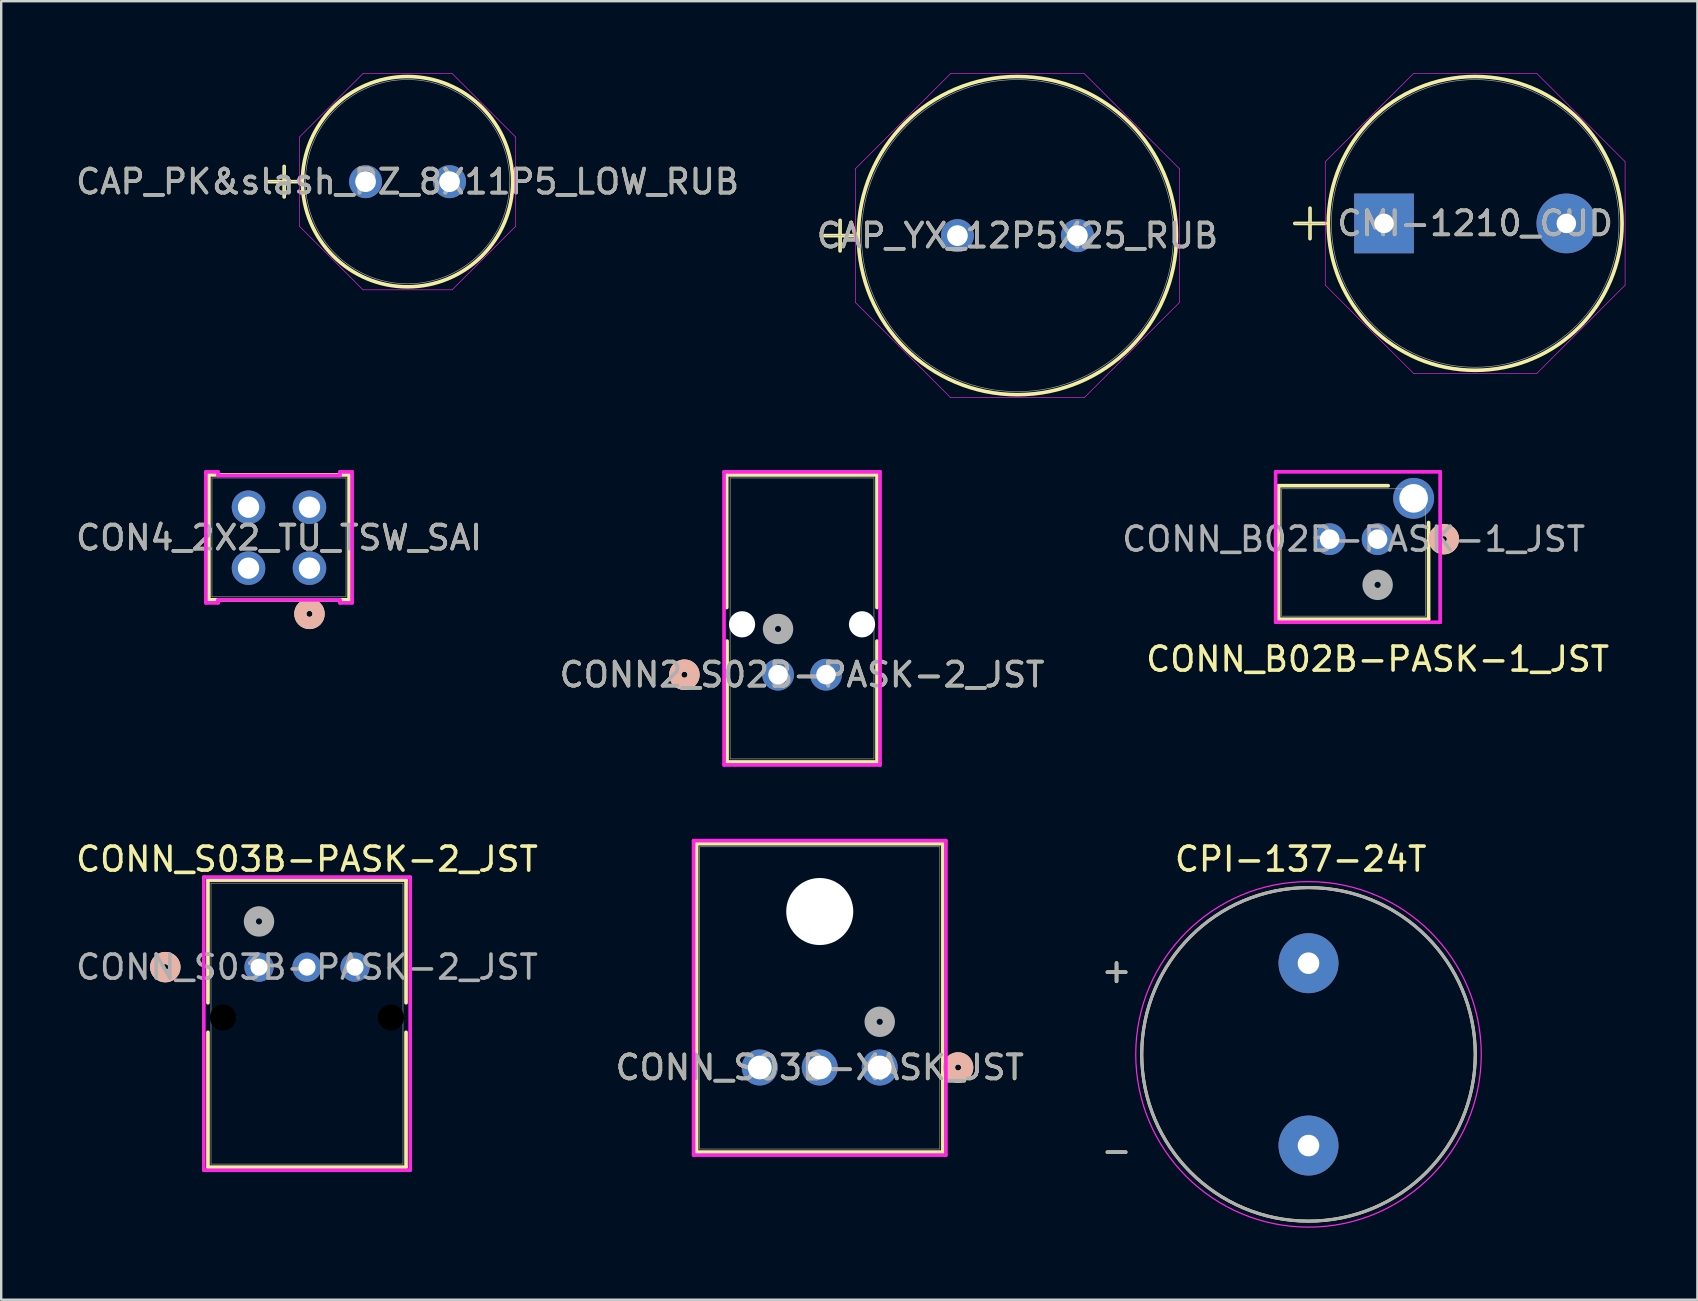
<source format=kicad_pcb>
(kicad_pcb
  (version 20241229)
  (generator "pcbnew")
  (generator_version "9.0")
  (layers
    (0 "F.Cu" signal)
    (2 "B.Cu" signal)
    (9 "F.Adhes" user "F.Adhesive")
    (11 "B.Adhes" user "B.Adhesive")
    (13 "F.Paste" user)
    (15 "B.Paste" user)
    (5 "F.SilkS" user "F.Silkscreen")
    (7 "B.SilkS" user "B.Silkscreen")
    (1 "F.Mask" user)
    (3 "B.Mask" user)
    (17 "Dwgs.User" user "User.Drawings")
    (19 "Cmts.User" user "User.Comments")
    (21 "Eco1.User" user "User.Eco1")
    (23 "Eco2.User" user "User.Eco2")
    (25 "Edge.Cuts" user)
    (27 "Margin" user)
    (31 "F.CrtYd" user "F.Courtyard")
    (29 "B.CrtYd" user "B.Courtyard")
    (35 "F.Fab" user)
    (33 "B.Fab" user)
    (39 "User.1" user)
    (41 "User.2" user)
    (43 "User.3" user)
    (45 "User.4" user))
  (footprint "CAP_PK&slash_PZ_8X11P5_LOW_RUB"
    (layer "F.Cu")
    (at 12.185 4.521)
    (property "Reference" "CAP_PK&slash_PZ_8X11P5_LOW_RUB" (at 1.75 0 0) (unlocked yes) (layer "F.SilkS") (effects (font (size 1 1) (thickness 0.15))))
    (attr through_hole)
    (fp_line (start -4.029 0) (end -2.759 0) (stroke (width 0.152) (type solid)) (layer "F.SilkS"))
    (fp_line (start -3.393 -0.635) (end -3.393 0.635) (stroke (width 0.152) (type solid)) (layer "F.SilkS"))
    (fp_circle (center 1.75 0) (end 6.131 0) (stroke (width 0.152) (type solid)) (fill no) (layer "F.SilkS"))
    (fp_line (start -2.759 -1.856) (end -0.106 -4.508) (stroke (width 0.025) (type solid)) (layer "F.CrtYd"))
    (fp_line (start -2.759 1.856) (end -2.759 -1.856) (stroke (width 0.025) (type solid)) (layer "F.CrtYd"))
    (fp_line (start -0.106 -4.508) (end 3.606 -4.508) (stroke (width 0.025) (type solid)) (layer "F.CrtYd"))
    (fp_line (start -0.106 4.508) (end -2.759 1.856) (stroke (width 0.025) (type solid)) (layer "F.CrtYd"))
    (fp_line (start 3.606 -4.508) (end 6.258 -1.856) (stroke (width 0.025) (type solid)) (layer "F.CrtYd"))
    (fp_line (start 3.606 4.508) (end -0.106 4.508) (stroke (width 0.025) (type solid)) (layer "F.CrtYd"))
    (fp_line (start 6.258 -1.856) (end 6.258 1.856) (stroke (width 0.025) (type solid)) (layer "F.CrtYd"))
    (fp_line (start 6.258 1.856) (end 3.606 4.508) (stroke (width 0.025) (type solid)) (layer "F.CrtYd"))
    (fp_line (start -4.029 0) (end -2.759 0) (stroke (width 0.025) (type solid)) (layer "F.Fab"))
    (fp_line (start -3.393 -0.635) (end -3.393 0.635) (stroke (width 0.025) (type solid)) (layer "F.Fab"))
    (fp_circle (center 1.75 0) (end 6.005 0) (stroke (width 0.025) (type solid)) (fill no) (layer "F.Fab"))
    (fp_text user "${REFERENCE}" (at 1.75 0 0) (unlocked yes) (layer "F.Fab") (effects (font (size 1 1) (thickness 0.15))))
    (pad "1" thru_hole circle (at 0 0) (size 1.372 1.372) (drill 0.864) (layers "*.Cu" "*.Mask"))
    (pad "2" thru_hole circle (at 3.5 0) (size 1.372 1.372) (drill 0.864) (layers "*.Cu" "*.Mask")))
  (footprint "CONN_S03B-XASK_JST"
    (layer "F.Cu")
    (at 33.613 41.438)
    (property "Reference" "CONN_S03B-XASK_JST" (at -2.5 0 0) (unlocked yes) (layer "F.SilkS") (effects (font (size 1 1) (thickness 0.15))))
    (attr through_hole)
    (fp_line (start -7.631 -9.327) (end -7.631 3.525) (stroke (width 0.152) (type solid)) (layer "F.SilkS"))
    (fp_line (start -7.631 3.525) (end 2.631 3.525) (stroke (width 0.152) (type solid)) (layer "F.SilkS"))
    (fp_line (start 2.631 -9.327) (end -7.631 -9.327) (stroke (width 0.152) (type solid)) (layer "F.SilkS"))
    (fp_line (start 2.631 3.525) (end 2.631 -9.327) (stroke (width 0.152) (type solid)) (layer "F.SilkS"))
    (fp_circle (center 3.266 0) (end 3.647 0) (stroke (width 0.508) (type solid)) (fill no) (layer "F.SilkS"))
    (fp_circle (center 3.266 0) (end 3.647 0) (stroke (width 0.508) (type solid)) (fill no) (layer "B.SilkS"))
    (fp_line (start -7.758 -9.454) (end -7.758 3.652) (stroke (width 0.152) (type solid)) (layer "F.CrtYd"))
    (fp_line (start -7.758 3.652) (end 2.758 3.652) (stroke (width 0.152) (type solid)) (layer "F.CrtYd"))
    (fp_line (start 2.758 -9.454) (end -7.758 -9.454) (stroke (width 0.152) (type solid)) (layer "F.CrtYd"))
    (fp_line (start 2.758 3.652) (end 2.758 -9.454) (stroke (width 0.152) (type solid)) (layer "F.CrtYd"))
    (fp_line (start -7.504 -9.2) (end -7.504 3.398) (stroke (width 0.025) (type solid)) (layer "F.Fab"))
    (fp_line (start -7.504 3.398) (end 2.504 3.398) (stroke (width 0.025) (type solid)) (layer "F.Fab"))
    (fp_line (start 2.504 -9.2) (end -7.504 -9.2) (stroke (width 0.025) (type solid)) (layer "F.Fab"))
    (fp_line (start 2.504 3.398) (end 2.504 -9.2) (stroke (width 0.025) (type solid)) (layer "F.Fab"))
    (fp_circle (center 0 -1.905) (end 0.381 -1.905) (stroke (width 0.508) (type solid)) (fill no) (layer "F.Fab"))
    (fp_text user "${REFERENCE}" (at -2.5 0 0) (unlocked yes) (layer "F.Fab") (effects (font (size 1 1) (thickness 0.15))))
    (pad "" np_thru_hole circle (at -2.5 -6.5) (size 2.794 2.794) (drill 2.794) (layers "*.Cu" "*.Mask"))
    (pad "1" thru_hole circle (at 0 0) (size 1.499 1.499) (drill 0.991) (layers "*.Cu" "*.Mask"))
    (pad "2" thru_hole circle (at -2.5 0) (size 1.499 1.499) (drill 0.991) (layers "*.Cu" "*.Mask"))
    (pad "3" thru_hole circle (at -5 0) (size 1.499 1.499) (drill 0.991) (layers "*.Cu" "*.Mask")))
  (footprint "CONN2_S02B-PASK-2_JST"
    (layer "F.Cu")
    (at 29.375 25.068)
    (property "Reference" "CONN2_S02B-PASK-2_JST" (at 1 0 0) (unlocked yes) (layer "F.SilkS") (effects (font (size 1 1) (thickness 0.15))))
    (attr through_hole)
    (fp_line (start -2.14 -8.327) (end -2.14 -2.8) (stroke (width 0.152) (type solid)) (layer "F.SilkS"))
    (fp_line (start -2.124 -1.4) (end -2.124 3.636) (stroke (width 0.152) (type solid)) (layer "F.SilkS"))
    (fp_line (start -2.124 3.636) (end 4.124 3.636) (stroke (width 0.152) (type solid)) (layer "F.SilkS"))
    (fp_line (start 4.124 -8.327) (end -2.124 -8.327) (stroke (width 0.152) (type solid)) (layer "F.SilkS"))
    (fp_line (start 4.124 -8.327) (end 4.124 -2.8) (stroke (width 0.152) (type solid)) (layer "F.SilkS"))
    (fp_line (start 4.124 -1.4) (end 4.124 3.636) (stroke (width 0.152) (type solid)) (layer "F.SilkS"))
    (fp_circle (center -3.902 0) (end -3.521 0) (stroke (width 0.508) (type solid)) (fill no) (layer "F.SilkS"))
    (fp_circle (center -3.902 0) (end -3.521 0) (stroke (width 0.508) (type solid)) (fill no) (layer "B.SilkS"))
    (fp_line (start -2.251 -8.454) (end -2.251 3.763) (stroke (width 0.152) (type solid)) (layer "F.CrtYd"))
    (fp_line (start -2.251 3.763) (end 4.251 3.763) (stroke (width 0.152) (type solid)) (layer "F.CrtYd"))
    (fp_line (start 4.251 -8.454) (end -2.251 -8.454) (stroke (width 0.152) (type solid)) (layer "F.CrtYd"))
    (fp_line (start 4.251 3.763) (end 4.251 -8.454) (stroke (width 0.152) (type solid)) (layer "F.CrtYd"))
    (fp_line (start -1.997 -8.2) (end -1.997 3.509) (stroke (width 0.025) (type solid)) (layer "F.Fab"))
    (fp_line (start -1.997 3.509) (end 3.997 3.509) (stroke (width 0.025) (type solid)) (layer "F.Fab"))
    (fp_line (start 3.997 -8.2) (end -1.997 -8.2) (stroke (width 0.025) (type solid)) (layer "F.Fab"))
    (fp_line (start 3.997 3.509) (end 3.997 -8.2) (stroke (width 0.025) (type solid)) (layer "F.Fab"))
    (fp_circle (center 0 -1.905) (end 0.381 -1.905) (stroke (width 0.508) (type solid)) (fill no) (layer "F.Fab"))
    (fp_text user "${REFERENCE}" (at 1 0 0) (unlocked yes) (layer "F.Fab") (effects (font (size 1 1) (thickness 0.15))))
    (pad "" np_thru_hole circle (at -1.5 -2.1) (size 1.092 1.092) (drill 1.092) (layers "*.Cu" "*.Mask"))
    (pad "" np_thru_hole circle (at 3.5 -2.1) (size 1.092 1.092) (drill 1.092) (layers "*.Cu" "*.Mask"))
    (pad "1" thru_hole circle (at 0 0) (size 1.321 1.321) (drill 0.813) (layers "*.Cu" "*.Mask"))
    (pad "2" thru_hole circle (at 2 0) (size 1.321 1.321) (drill 0.813) (layers "*.Cu" "*.Mask")))
  (footprint "CONN_B02B-PASK-1_JST"
    (layer "F.Cu")
    (at 54.363 19.419)
    (property "Reference" "CONN_B02B-PASK-1_JST" (at 0 5 0) (unlocked yes) (layer "F.SilkS") (effects (font (size 1 1) (thickness 0.15))))
    (attr through_hole)
    (fp_line (start -4.124 -2.227) (end -4.124 3.336) (stroke (width 0.152) (type solid)) (layer "F.SilkS"))
    (fp_line (start -4.124 3.336) (end 2.124 3.336) (stroke (width 0.152) (type solid)) (layer "F.SilkS"))
    (fp_line (start 0.44 -2.227) (end -4.124 -2.227) (stroke (width 0.152) (type solid)) (layer "F.SilkS"))
    (fp_line (start 2.124 3.336) (end 2.124 -0.694) (stroke (width 0.152) (type solid)) (layer "F.SilkS"))
    (fp_circle (center 2.759 0) (end 3.14 0) (stroke (width 0.508) (type solid)) (fill no) (layer "F.SilkS"))
    (fp_circle (center 2.759 0) (end 3.14 0) (stroke (width 0.508) (type solid)) (fill no) (layer "B.SilkS"))
    (fp_line (start -4.251 -2.805) (end -4.251 3.463) (stroke (width 0.152) (type solid)) (layer "F.CrtYd"))
    (fp_line (start -4.251 3.463) (end 2.605 3.463) (stroke (width 0.152) (type solid)) (layer "F.CrtYd"))
    (fp_line (start 2.605 -2.805) (end -4.251 -2.805) (stroke (width 0.152) (type solid)) (layer "F.CrtYd"))
    (fp_line (start 2.605 3.463) (end 2.605 -2.805) (stroke (width 0.152) (type solid)) (layer "F.CrtYd"))
    (fp_line (start -3.997 -2.1) (end -3.997 3.209) (stroke (width 0.025) (type solid)) (layer "F.Fab"))
    (fp_line (start -3.997 3.209) (end 1.997 3.209) (stroke (width 0.025) (type solid)) (layer "F.Fab"))
    (fp_line (start 1.997 -2.1) (end -3.997 -2.1) (stroke (width 0.025) (type solid)) (layer "F.Fab"))
    (fp_line (start 1.997 3.209) (end 1.997 -2.1) (stroke (width 0.025) (type solid)) (layer "F.Fab"))
    (fp_circle (center 0 1.905) (end 0.381 1.905) (stroke (width 0.508) (type solid)) (fill no) (layer "F.Fab"))
    (fp_text user "${REFERENCE}" (at -1 0 0) (unlocked yes) (layer "F.Fab") (effects (font (size 1 1) (thickness 0.15))))
    (pad "" np_thru_hole circle (at 1.5 -1.7) (size 1.702 1.702) (drill 1.194) (layers "*.Cu" "*.Mask"))
    (pad "1" thru_hole circle (at 0 0) (size 1.321 1.321) (drill 0.813) (layers "*.Cu" "*.Mask"))
    (pad "2" thru_hole circle (at -2 0) (size 1.321 1.321) (drill 0.813) (layers "*.Cu" "*.Mask")))
  (footprint "CAP_YX_12P5X25_RUB"
    (layer "F.Cu")
    (at 36.851 6.769)
    (property "Reference" "CAP_YX_12P5X25_RUB" (at 2.5 0 0) (unlocked yes) (layer "F.SilkS") (effects (font (size 1 1) (thickness 0.15))))
    (attr through_hole)
    (fp_line (start -5.526 0) (end -4.256 0) (stroke (width 0.152) (type solid)) (layer "F.SilkS"))
    (fp_line (start -4.891 -0.635) (end -4.891 0.635) (stroke (width 0.152) (type solid)) (layer "F.SilkS"))
    (fp_circle (center 2.5 0) (end 9.129 0) (stroke (width 0.152) (type solid)) (fill no) (layer "F.SilkS"))
    (fp_line (start -4.256 -2.782) (end -0.282 -6.756) (stroke (width 0.025) (type solid)) (layer "F.CrtYd"))
    (fp_line (start -4.256 2.782) (end -4.256 -2.782) (stroke (width 0.025) (type solid)) (layer "F.CrtYd"))
    (fp_line (start -0.282 -6.756) (end 5.282 -6.756) (stroke (width 0.025) (type solid)) (layer "F.CrtYd"))
    (fp_line (start -0.282 6.756) (end -4.256 2.782) (stroke (width 0.025) (type solid)) (layer "F.CrtYd"))
    (fp_line (start 5.282 -6.756) (end 9.256 -2.782) (stroke (width 0.025) (type solid)) (layer "F.CrtYd"))
    (fp_line (start 5.282 6.756) (end -0.282 6.756) (stroke (width 0.025) (type solid)) (layer "F.CrtYd"))
    (fp_line (start 9.256 -2.782) (end 9.256 2.782) (stroke (width 0.025) (type solid)) (layer "F.CrtYd"))
    (fp_line (start 9.256 2.782) (end 5.282 6.756) (stroke (width 0.025) (type solid)) (layer "F.CrtYd"))
    (fp_line (start -5.526 0) (end -4.256 0) (stroke (width 0.025) (type solid)) (layer "F.Fab"))
    (fp_line (start -4.891 -0.635) (end -4.891 0.635) (stroke (width 0.025) (type solid)) (layer "F.Fab"))
    (fp_circle (center 2.5 0) (end 9.002 0) (stroke (width 0.025) (type solid)) (fill no) (layer "F.Fab"))
    (fp_text user "${REFERENCE}" (at 2.5 0 0) (unlocked yes) (layer "F.Fab") (effects (font (size 1 1) (thickness 0.15))))
    (pad "1" thru_hole circle (at 0 0) (size 1.372 1.372) (drill 0.864) (layers "*.Cu" "*.Mask"))
    (pad "2" thru_hole circle (at 5 0) (size 1.372 1.372) (drill 0.864) (layers "*.Cu" "*.Mask")))
  (footprint "CMI-1210_CUD"
    (layer "F.Cu")
    (at 54.628 6.261)
    (property "Reference" "CMI-1210_CUD" (at 3.8 0 0) (unlocked yes) (layer "F.SilkS") (effects (font (size 1 1) (thickness 0.15))))
    (attr through_hole)
    (fp_line (start -3.718 0) (end -2.448 0) (stroke (width 0.152) (type solid)) (layer "F.SilkS"))
    (fp_line (start -3.083 -0.635) (end -3.083 0.635) (stroke (width 0.152) (type solid)) (layer "F.SilkS"))
    (fp_circle (center 3.8 0) (end 9.921 0) (stroke (width 0.152) (type solid)) (fill no) (layer "F.SilkS"))
    (fp_line (start -2.448 -2.573) (end 1.227 -6.248) (stroke (width 0.025) (type solid)) (layer "F.CrtYd"))
    (fp_line (start -2.448 2.573) (end -2.448 -2.573) (stroke (width 0.025) (type solid)) (layer "F.CrtYd"))
    (fp_line (start 1.227 -6.248) (end 6.373 -6.248) (stroke (width 0.025) (type solid)) (layer "F.CrtYd"))
    (fp_line (start 1.227 6.248) (end -2.448 2.573) (stroke (width 0.025) (type solid)) (layer "F.CrtYd"))
    (fp_line (start 6.373 -6.248) (end 10.048 -2.573) (stroke (width 0.025) (type solid)) (layer "F.CrtYd"))
    (fp_line (start 6.373 6.248) (end 1.227 6.248) (stroke (width 0.025) (type solid)) (layer "F.CrtYd"))
    (fp_line (start 10.048 -2.573) (end 10.048 2.573) (stroke (width 0.025) (type solid)) (layer "F.CrtYd"))
    (fp_line (start 10.048 2.573) (end 6.373 6.248) (stroke (width 0.025) (type solid)) (layer "F.CrtYd"))
    (fp_line (start -3.718 0) (end -2.448 0) (stroke (width 0.025) (type solid)) (layer "F.Fab"))
    (fp_line (start -3.083 -0.635) (end -3.083 0.635) (stroke (width 0.025) (type solid)) (layer "F.Fab"))
    (fp_circle (center 3.8 0) (end 9.794 0) (stroke (width 0.025) (type solid)) (fill no) (layer "F.Fab"))
    (fp_text user "${REFERENCE}" (at 3.8 0 0) (unlocked yes) (layer "F.Fab") (effects (font (size 1 1) (thickness 0.15))))
    (pad "1" thru_hole rect (at 0 0) (size 2.489 2.489) (drill 0.813) (layers "*.Cu" "*.Mask"))
    (pad "2" thru_hole circle (at 7.6 0) (size 2.489 2.489) (drill 0.813) (layers "*.Cu" "*.Mask")))
  (footprint "CON4_2X2_TU_TSW_SAI"
    (layer "F.Cu")
    (at 8.577 19.358)
    (property "Reference" "CON4_2X2_TU_TSW_SAI" (at 0 0 0) (unlocked yes) (layer "F.SilkS") (effects (font (size 1 1) (thickness 0.15))))
    (attr through_hole)
    (fp_line (start -2.921 -2.616) (end -2.921 2.591) (stroke (width 0.152) (type solid)) (layer "F.SilkS"))
    (fp_line (start -2.921 2.591) (end 2.921 2.591) (stroke (width 0.152) (type solid)) (layer "F.SilkS"))
    (fp_line (start 2.921 -2.616) (end -2.921 -2.616) (stroke (width 0.152) (type solid)) (layer "F.SilkS"))
    (fp_line (start 2.921 2.591) (end 2.921 -2.616) (stroke (width 0.152) (type solid)) (layer "F.SilkS"))
    (fp_circle (center 1.27 3.175) (end 1.651 3.175) (stroke (width 0.508) (type solid)) (fill no) (layer "F.SilkS"))
    (fp_circle (center 1.27 3.175) (end 1.651 3.175) (stroke (width 0.508) (type solid)) (fill no) (layer "B.SilkS"))
    (fp_line (start -3.048 -2.743) (end -3.048 2.718) (stroke (width 0.152) (type solid)) (layer "F.CrtYd"))
    (fp_line (start -3.048 2.718) (end -2.54 2.718) (stroke (width 0.152) (type solid)) (layer "F.CrtYd"))
    (fp_line (start -2.54 -2.743) (end -3.048 -2.743) (stroke (width 0.152) (type solid)) (layer "F.CrtYd"))
    (fp_line (start -2.54 -2.591) (end -2.54 -2.743) (stroke (width 0.152) (type solid)) (layer "F.CrtYd"))
    (fp_line (start -2.54 2.591) (end 2.54 2.591) (stroke (width 0.152) (type solid)) (layer "F.CrtYd"))
    (fp_line (start -2.54 2.718) (end -2.54 2.591) (stroke (width 0.152) (type solid)) (layer "F.CrtYd"))
    (fp_line (start 2.54 -2.743) (end 2.54 -2.591) (stroke (width 0.152) (type solid)) (layer "F.CrtYd"))
    (fp_line (start 2.54 -2.591) (end -2.54 -2.591) (stroke (width 0.152) (type solid)) (layer "F.CrtYd"))
    (fp_line (start 2.54 2.591) (end 2.54 2.718) (stroke (width 0.152) (type solid)) (layer "F.CrtYd"))
    (fp_line (start 2.54 2.718) (end 3.048 2.718) (stroke (width 0.152) (type solid)) (layer "F.CrtYd"))
    (fp_line (start 3.048 -2.743) (end 2.54 -2.743) (stroke (width 0.152) (type solid)) (layer "F.CrtYd"))
    (fp_line (start 3.048 2.718) (end 3.048 -2.743) (stroke (width 0.152) (type solid)) (layer "F.CrtYd"))
    (fp_line (start -2.794 -2.489) (end -2.794 2.464) (stroke (width 0.025) (type solid)) (layer "F.Fab"))
    (fp_line (start -2.794 2.464) (end 2.794 2.464) (stroke (width 0.025) (type solid)) (layer "F.Fab"))
    (fp_line (start 2.794 -2.489) (end -2.794 -2.489) (stroke (width 0.025) (type solid)) (layer "F.Fab"))
    (fp_line (start 2.794 2.464) (end 2.794 -2.489) (stroke (width 0.025) (type solid)) (layer "F.Fab"))
    (fp_circle (center 1.27 1.27) (end 1.524 1.27) (stroke (width 0.025) (type solid)) (fill no) (layer "F.Fab"))
    (fp_text user "${REFERENCE}" (at 0 0 0) (unlocked yes) (layer "F.Fab") (effects (font (size 1 1) (thickness 0.15))))
    (pad "1" thru_hole circle (at 1.27 1.27 90) (size 1.397 1.397) (drill 0.889) (layers "*.Cu" "*.Mask"))
    (pad "2" thru_hole circle (at 1.27 -1.27 90) (size 1.397 1.397) (drill 0.889) (layers "*.Cu" "*.Mask"))
    (pad "3" thru_hole circle (at -1.27 1.27 90) (size 1.397 1.397) (drill 0.889) (layers "*.Cu" "*.Mask"))
    (pad "4" thru_hole circle (at -1.27 -1.27 90) (size 1.397 1.397) (drill 0.889) (layers "*.Cu" "*.Mask")))
  (footprint "CPI-137-24T"
    (layer "F.Cu")
    (at 51.482 40.891)
    (property "Reference" "CPI-137-24T" (at -0.325 -8.135 0) (layer "F.SilkS") (effects (font (size 1 1) (thickness 0.15))))
    (attr through_hole)
    (fp_circle (center 0 0) (end 6.95 0) (stroke (width 0.127) (type solid)) (fill no) (layer "F.SilkS"))
    (fp_circle (center 0 0) (end 7.2 0) (stroke (width 0.05) (type solid)) (fill no) (layer "F.CrtYd"))
    (fp_circle (center 0 0) (end 6.95 0) (stroke (width 0.127) (type solid)) (fill no) (layer "F.Fab"))
    (fp_text user "+" (at -8 -3.5 0) (layer "F.SilkS") (effects (font (size 1 1) (thickness 0.15))))
    (fp_text user "-" (at -8 4 0) (layer "F.SilkS") (effects (font (size 1 1) (thickness 0.15))))
    (fp_text user "-" (at -8 4 0) (layer "F.Fab") (effects (font (size 1 1) (thickness 0.15))))
    (fp_text user "+" (at -8 -3.5 0) (layer "F.Fab") (effects (font (size 1 1) (thickness 0.15))))
    (pad "N" thru_hole circle (at 0 3.8) (size 2.5 2.5) (drill 0.9) (layers "*.Cu" "*.Mask"))
    (pad "P" thru_hole circle (at 0 -3.8) (size 2.5 2.5) (drill 0.9) (layers "*.Cu" "*.Mask")))
  (footprint "CONN_S03B-PASK-2_JST"
    (layer "F.Cu")
    (at 7.744 37.256)
    (property "Reference" "CONN_S03B-PASK-2_JST" (at 2 -4.5 0) (unlocked yes) (layer "F.SilkS") (effects (font (size 1 1) (thickness 0.15))))
    (attr through_hole)
    (fp_line (start -2.127 -3.627) (end -2.127 1.485) (stroke (width 0.152) (type solid)) (layer "F.SilkS"))
    (fp_line (start -2.127 2.715) (end -2.127 8.336) (stroke (width 0.152) (type solid)) (layer "F.SilkS"))
    (fp_line (start -2.127 8.336) (end 6.128 8.336) (stroke (width 0.152) (type solid)) (layer "F.SilkS"))
    (fp_line (start 6.128 -3.627) (end -2.127 -3.627) (stroke (width 0.152) (type solid)) (layer "F.SilkS"))
    (fp_line (start 6.128 1.485) (end 6.128 -3.627) (stroke (width 0.152) (type solid)) (layer "F.SilkS"))
    (fp_line (start 6.128 8.336) (end 6.128 2.715) (stroke (width 0.152) (type solid)) (layer "F.SilkS"))
    (fp_circle (center -3.905 0) (end -3.525 0) (stroke (width 0.508) (type solid)) (fill no) (layer "F.SilkS"))
    (fp_circle (center -3.905 0) (end -3.525 0) (stroke (width 0.508) (type solid)) (fill no) (layer "B.SilkS"))
    (fp_line (start -2.3 -3.754) (end -2.3 8.463) (stroke (width 0.152) (type solid)) (layer "F.CrtYd"))
    (fp_line (start -2.3 8.463) (end 6.3 8.463) (stroke (width 0.152) (type solid)) (layer "F.CrtYd"))
    (fp_line (start 6.3 -3.754) (end -2.3 -3.754) (stroke (width 0.152) (type solid)) (layer "F.CrtYd"))
    (fp_line (start 6.3 8.463) (end 6.3 -3.754) (stroke (width 0.152) (type solid)) (layer "F.CrtYd"))
    (fp_line (start -2.001 -3.5) (end -2.001 8.209) (stroke (width 0.025) (type solid)) (layer "F.Fab"))
    (fp_line (start -2.001 8.209) (end 6 8.209) (stroke (width 0.025) (type solid)) (layer "F.Fab"))
    (fp_line (start 6 -3.5) (end -2.001 -3.5) (stroke (width 0.025) (type solid)) (layer "F.Fab"))
    (fp_line (start 6 8.209) (end 6 -3.5) (stroke (width 0.025) (type solid)) (layer "F.Fab"))
    (fp_circle (center 0 -1.905) (end 0.381 -1.905) (stroke (width 0.508) (type solid)) (fill no) (layer "F.Fab"))
    (fp_text user "${REFERENCE}" (at 2 0 0) (unlocked yes) (layer "F.Fab") (effects (font (size 1 1) (thickness 0.15))))
    (pad "" np_thru_hole circle (at -1.5 2.1) (size 1.092 1.092) (drill 1.092) (layers))
    (pad "" np_thru_hole circle (at 5.5 2.1) (size 1.092 1.092) (drill 1.092) (layers))
    (pad "1" thru_hole circle (at 0 0) (size 1.219 1.219) (drill 0.711) (layers "*.Cu" "*.Mask"))
    (pad "2" thru_hole circle (at 2 0) (size 1.219 1.219) (drill 0.711) (layers "*.Cu" "*.Mask"))
    (pad "3" thru_hole circle (at 4 0) (size 1.219 1.219) (drill 0.711) (layers "*.Cu" "*.Mask")))
  (gr_rect
    (start -3 -3)
    (end 67.689 51.116)
    (stroke (width 0.1) (type default))
    (fill no)
    (layer "Edge.Cuts")))
</source>
